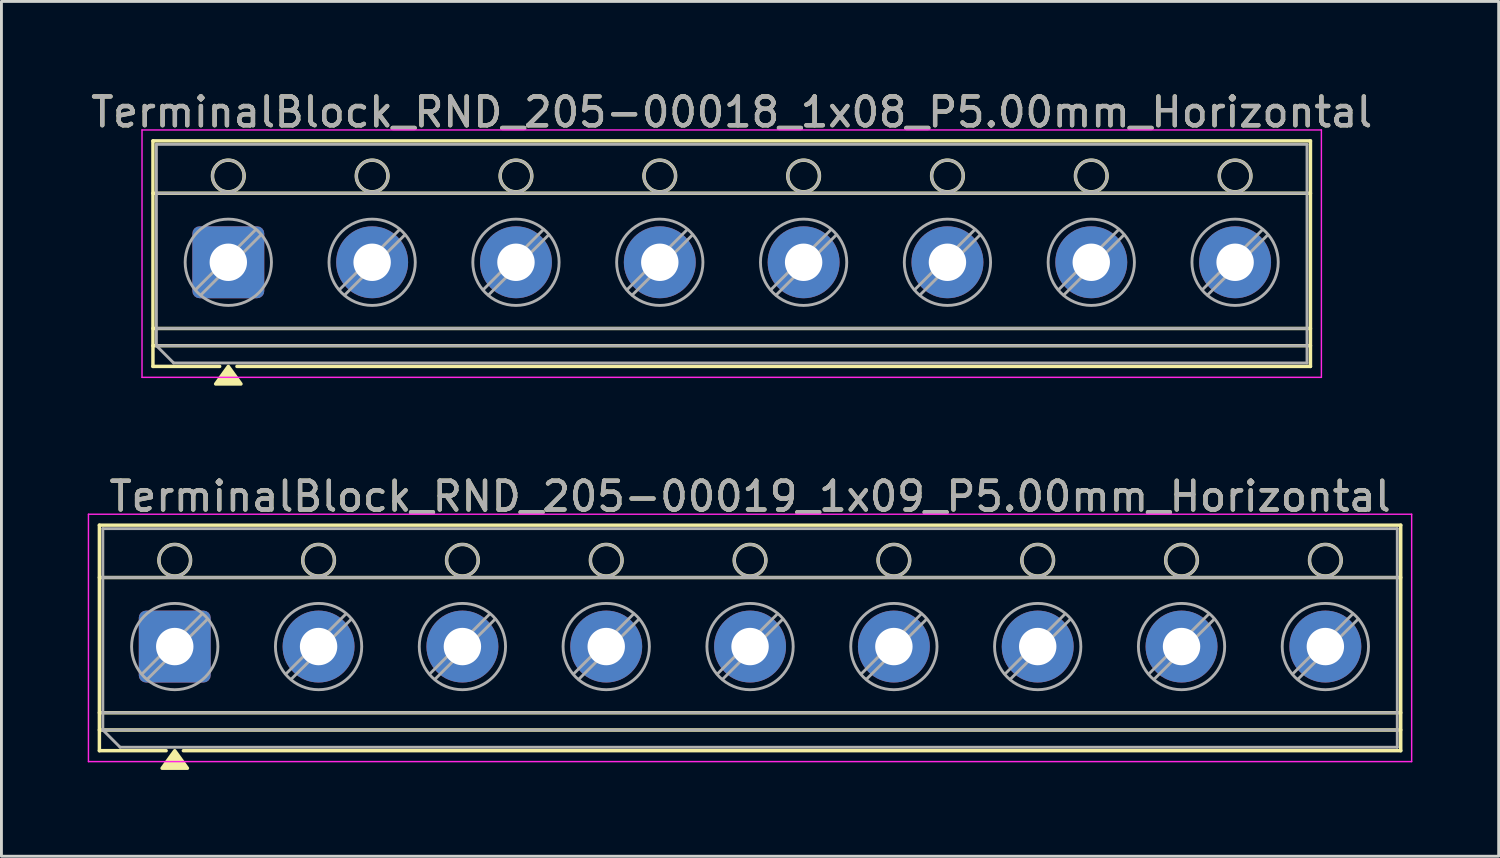
<source format=kicad_pcb>
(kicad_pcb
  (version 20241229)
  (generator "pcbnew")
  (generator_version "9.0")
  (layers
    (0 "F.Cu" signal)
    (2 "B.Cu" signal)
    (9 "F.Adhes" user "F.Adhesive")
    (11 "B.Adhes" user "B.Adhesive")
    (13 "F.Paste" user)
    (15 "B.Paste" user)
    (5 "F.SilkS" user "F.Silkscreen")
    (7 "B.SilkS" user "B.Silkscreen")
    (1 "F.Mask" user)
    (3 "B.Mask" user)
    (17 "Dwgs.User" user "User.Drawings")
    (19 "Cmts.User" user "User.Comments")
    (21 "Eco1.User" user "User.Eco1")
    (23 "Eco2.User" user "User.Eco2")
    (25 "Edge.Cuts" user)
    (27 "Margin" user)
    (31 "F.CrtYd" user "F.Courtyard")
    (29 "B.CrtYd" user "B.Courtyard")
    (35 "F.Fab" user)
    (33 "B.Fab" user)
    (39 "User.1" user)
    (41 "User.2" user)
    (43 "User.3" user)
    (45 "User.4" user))
  (footprint "TerminalBlock_RND_205-00019_1x09_P5.00mm_Horizontal"
    (layer "F.Cu")
    (at 3.025 19.427)
    (property "Reference" "TerminalBlock_RND_205-00019_1x09_P5.00mm_Horizontal" (at 20 -5.22 0) (layer "F.SilkS") (effects (font (size 1 1) (thickness 0.15))))
    (attr through_hole)
    (fp_line (start -2.62 -4.22) (end -2.62 3.62) (stroke (width 0.12) (type solid)) (layer "F.SilkS"))
    (fp_line (start -2.62 -4.22) (end 42.62 -4.22) (stroke (width 0.12) (type solid)) (layer "F.SilkS"))
    (fp_line (start -2.62 -2.4) (end 42.62 -2.4) (stroke (width 0.12) (type solid)) (layer "F.SilkS"))
    (fp_line (start -2.62 2.3) (end 42.62 2.3) (stroke (width 0.12) (type solid)) (layer "F.SilkS"))
    (fp_line (start -2.62 2.9) (end 42.62 2.9) (stroke (width 0.12) (type solid)) (layer "F.SilkS"))
    (fp_line (start -2.62 3.62) (end -0.3 3.62) (stroke (width 0.12) (type solid)) (layer "F.SilkS"))
    (fp_line (start 0.3 3.62) (end 42.62 3.62) (stroke (width 0.12) (type solid)) (layer "F.SilkS"))
    (fp_line (start 42.62 -4.22) (end 42.62 3.62) (stroke (width 0.12) (type solid)) (layer "F.SilkS"))
    (fp_circle (center 0 -3) (end 0.55 -3) (stroke (width 0.12) (type solid)) (fill no) (layer "F.SilkS"))
    (fp_circle (center 5 -3) (end 5.55 -3) (stroke (width 0.12) (type solid)) (fill no) (layer "F.SilkS"))
    (fp_circle (center 10 -3) (end 10.55 -3) (stroke (width 0.12) (type solid)) (fill no) (layer "F.SilkS"))
    (fp_circle (center 15 -3) (end 15.55 -3) (stroke (width 0.12) (type solid)) (fill no) (layer "F.SilkS"))
    (fp_circle (center 20 -3) (end 20.55 -3) (stroke (width 0.12) (type solid)) (fill no) (layer "F.SilkS"))
    (fp_circle (center 25 -3) (end 25.55 -3) (stroke (width 0.12) (type solid)) (fill no) (layer "F.SilkS"))
    (fp_circle (center 30 -3) (end 30.55 -3) (stroke (width 0.12) (type solid)) (fill no) (layer "F.SilkS"))
    (fp_circle (center 35 -3) (end 35.55 -3) (stroke (width 0.12) (type solid)) (fill no) (layer "F.SilkS"))
    (fp_circle (center 40 -3) (end 40.55 -3) (stroke (width 0.12) (type solid)) (fill no) (layer "F.SilkS"))
    (fp_poly (pts (xy 0 3.62) (xy 0.44 4.23) (xy -0.44 4.23)) (stroke (width 0.12) (type solid)) (fill yes) (layer "F.SilkS"))
    (fp_line (start -3 -4.6) (end -3 4) (stroke (width 0.05) (type solid)) (layer "F.CrtYd"))
    (fp_line (start -3 4) (end 43 4) (stroke (width 0.05) (type solid)) (layer "F.CrtYd"))
    (fp_line (start 43 -4.6) (end -3 -4.6) (stroke (width 0.05) (type solid)) (layer "F.CrtYd"))
    (fp_line (start 43 4) (end 43 -4.6) (stroke (width 0.05) (type solid)) (layer "F.CrtYd"))
    (fp_line (start -2.5 -4.1) (end 42.5 -4.1) (stroke (width 0.1) (type solid)) (layer "F.Fab"))
    (fp_line (start -2.5 -2.4) (end 42.5 -2.4) (stroke (width 0.1) (type solid)) (layer "F.Fab"))
    (fp_line (start -2.5 2.3) (end 42.5 2.3) (stroke (width 0.1) (type solid)) (layer "F.Fab"))
    (fp_line (start -2.5 2.9) (end -2.5 -4.1) (stroke (width 0.1) (type solid)) (layer "F.Fab"))
    (fp_line (start -2.5 2.9) (end 42.5 2.9) (stroke (width 0.1) (type solid)) (layer "F.Fab"))
    (fp_line (start -1.9 3.5) (end -2.5 2.9) (stroke (width 0.1) (type solid)) (layer "F.Fab"))
    (fp_line (start 0.955 -1.138) (end -1.138 0.954) (stroke (width 0.1) (type solid)) (layer "F.Fab"))
    (fp_line (start 1.138 -0.954) (end -0.955 1.137) (stroke (width 0.1) (type solid)) (layer "F.Fab"))
    (fp_line (start 5.955 -1.138) (end 3.862 0.954) (stroke (width 0.1) (type solid)) (layer "F.Fab"))
    (fp_line (start 6.138 -0.954) (end 4.045 1.137) (stroke (width 0.1) (type solid)) (layer "F.Fab"))
    (fp_line (start 10.955 -1.138) (end 8.862 0.954) (stroke (width 0.1) (type solid)) (layer "F.Fab"))
    (fp_line (start 11.138 -0.954) (end 9.045 1.137) (stroke (width 0.1) (type solid)) (layer "F.Fab"))
    (fp_line (start 15.955 -1.138) (end 13.862 0.954) (stroke (width 0.1) (type solid)) (layer "F.Fab"))
    (fp_line (start 16.138 -0.954) (end 14.045 1.137) (stroke (width 0.1) (type solid)) (layer "F.Fab"))
    (fp_line (start 20.955 -1.138) (end 18.862 0.954) (stroke (width 0.1) (type solid)) (layer "F.Fab"))
    (fp_line (start 21.138 -0.954) (end 19.045 1.137) (stroke (width 0.1) (type solid)) (layer "F.Fab"))
    (fp_line (start 25.955 -1.138) (end 23.862 0.954) (stroke (width 0.1) (type solid)) (layer "F.Fab"))
    (fp_line (start 26.138 -0.954) (end 24.045 1.137) (stroke (width 0.1) (type solid)) (layer "F.Fab"))
    (fp_line (start 30.955 -1.138) (end 28.862 0.954) (stroke (width 0.1) (type solid)) (layer "F.Fab"))
    (fp_line (start 31.138 -0.954) (end 29.045 1.137) (stroke (width 0.1) (type solid)) (layer "F.Fab"))
    (fp_line (start 35.955 -1.138) (end 33.862 0.954) (stroke (width 0.1) (type solid)) (layer "F.Fab"))
    (fp_line (start 36.138 -0.954) (end 34.045 1.137) (stroke (width 0.1) (type solid)) (layer "F.Fab"))
    (fp_line (start 40.955 -1.138) (end 38.862 0.954) (stroke (width 0.1) (type solid)) (layer "F.Fab"))
    (fp_line (start 41.138 -0.954) (end 39.045 1.137) (stroke (width 0.1) (type solid)) (layer "F.Fab"))
    (fp_line (start 42.5 -4.1) (end 42.5 3.5) (stroke (width 0.1) (type solid)) (layer "F.Fab"))
    (fp_line (start 42.5 3.5) (end -1.9 3.5) (stroke (width 0.1) (type solid)) (layer "F.Fab"))
    (fp_circle (center 0 -3) (end 0.55 -3) (stroke (width 0.1) (type solid)) (fill no) (layer "F.Fab"))
    (fp_circle (center 0 0) (end 1.5 0) (stroke (width 0.1) (type solid)) (fill no) (layer "F.Fab"))
    (fp_circle (center 5 -3) (end 5.55 -3) (stroke (width 0.1) (type solid)) (fill no) (layer "F.Fab"))
    (fp_circle (center 5 0) (end 6.5 0) (stroke (width 0.1) (type solid)) (fill no) (layer "F.Fab"))
    (fp_circle (center 10 -3) (end 10.55 -3) (stroke (width 0.1) (type solid)) (fill no) (layer "F.Fab"))
    (fp_circle (center 10 0) (end 11.5 0) (stroke (width 0.1) (type solid)) (fill no) (layer "F.Fab"))
    (fp_circle (center 15 -3) (end 15.55 -3) (stroke (width 0.1) (type solid)) (fill no) (layer "F.Fab"))
    (fp_circle (center 15 0) (end 16.5 0) (stroke (width 0.1) (type solid)) (fill no) (layer "F.Fab"))
    (fp_circle (center 20 -3) (end 20.55 -3) (stroke (width 0.1) (type solid)) (fill no) (layer "F.Fab"))
    (fp_circle (center 20 0) (end 21.5 0) (stroke (width 0.1) (type solid)) (fill no) (layer "F.Fab"))
    (fp_circle (center 25 -3) (end 25.55 -3) (stroke (width 0.1) (type solid)) (fill no) (layer "F.Fab"))
    (fp_circle (center 25 0) (end 26.5 0) (stroke (width 0.1) (type solid)) (fill no) (layer "F.Fab"))
    (fp_circle (center 30 -3) (end 30.55 -3) (stroke (width 0.1) (type solid)) (fill no) (layer "F.Fab"))
    (fp_circle (center 30 0) (end 31.5 0) (stroke (width 0.1) (type solid)) (fill no) (layer "F.Fab"))
    (fp_circle (center 35 -3) (end 35.55 -3) (stroke (width 0.1) (type solid)) (fill no) (layer "F.Fab"))
    (fp_circle (center 35 0) (end 36.5 0) (stroke (width 0.1) (type solid)) (fill no) (layer "F.Fab"))
    (fp_circle (center 40 -3) (end 40.55 -3) (stroke (width 0.1) (type solid)) (fill no) (layer "F.Fab"))
    (fp_circle (center 40 0) (end 41.5 0) (stroke (width 0.1) (type solid)) (fill no) (layer "F.Fab"))
    (fp_text user "${REFERENCE}" (at 20 -5.22 0) (layer "F.Fab") (effects (font (size 1 1) (thickness 0.15))))
    (pad "1" thru_hole roundrect (at 0 0) (size 2.5 2.5) (drill 1.3) (layers "*.Cu" "*.Mask") (roundrect_rratio 0.1))
    (pad "2" thru_hole circle (at 5 0) (size 2.5 2.5) (drill 1.3) (layers "*.Cu" "*.Mask"))
    (pad "3" thru_hole circle (at 10 0) (size 2.5 2.5) (drill 1.3) (layers "*.Cu" "*.Mask"))
    (pad "4" thru_hole circle (at 15 0) (size 2.5 2.5) (drill 1.3) (layers "*.Cu" "*.Mask"))
    (pad "5" thru_hole circle (at 20 0) (size 2.5 2.5) (drill 1.3) (layers "*.Cu" "*.Mask"))
    (pad "6" thru_hole circle (at 25 0) (size 2.5 2.5) (drill 1.3) (layers "*.Cu" "*.Mask"))
    (pad "7" thru_hole circle (at 30 0) (size 2.5 2.5) (drill 1.3) (layers "*.Cu" "*.Mask"))
    (pad "8" thru_hole circle (at 35 0) (size 2.5 2.5) (drill 1.3) (layers "*.Cu" "*.Mask"))
    (pad "9" thru_hole circle (at 40 0) (size 2.5 2.5) (drill 1.3) (layers "*.Cu" "*.Mask")))
  (footprint "TerminalBlock_RND_205-00018_1x08_P5.00mm_Horizontal"
    (layer "F.Cu")
    (at 4.887 6.068)
    (property "Reference" "TerminalBlock_RND_205-00018_1x08_P5.00mm_Horizontal" (at 17.5 -5.22 0) (layer "F.SilkS") (effects (font (size 1 1) (thickness 0.15))))
    (attr through_hole)
    (fp_line (start -2.62 -4.22) (end -2.62 3.62) (stroke (width 0.12) (type solid)) (layer "F.SilkS"))
    (fp_line (start -2.62 -4.22) (end 37.62 -4.22) (stroke (width 0.12) (type solid)) (layer "F.SilkS"))
    (fp_line (start -2.62 -2.4) (end 37.62 -2.4) (stroke (width 0.12) (type solid)) (layer "F.SilkS"))
    (fp_line (start -2.62 2.3) (end 37.62 2.3) (stroke (width 0.12) (type solid)) (layer "F.SilkS"))
    (fp_line (start -2.62 2.9) (end 37.62 2.9) (stroke (width 0.12) (type solid)) (layer "F.SilkS"))
    (fp_line (start -2.62 3.62) (end -0.3 3.62) (stroke (width 0.12) (type solid)) (layer "F.SilkS"))
    (fp_line (start 0.3 3.62) (end 37.62 3.62) (stroke (width 0.12) (type solid)) (layer "F.SilkS"))
    (fp_line (start 37.62 -4.22) (end 37.62 3.62) (stroke (width 0.12) (type solid)) (layer "F.SilkS"))
    (fp_circle (center 0 -3) (end 0.55 -3) (stroke (width 0.12) (type solid)) (fill no) (layer "F.SilkS"))
    (fp_circle (center 5 -3) (end 5.55 -3) (stroke (width 0.12) (type solid)) (fill no) (layer "F.SilkS"))
    (fp_circle (center 10 -3) (end 10.55 -3) (stroke (width 0.12) (type solid)) (fill no) (layer "F.SilkS"))
    (fp_circle (center 15 -3) (end 15.55 -3) (stroke (width 0.12) (type solid)) (fill no) (layer "F.SilkS"))
    (fp_circle (center 20 -3) (end 20.55 -3) (stroke (width 0.12) (type solid)) (fill no) (layer "F.SilkS"))
    (fp_circle (center 25 -3) (end 25.55 -3) (stroke (width 0.12) (type solid)) (fill no) (layer "F.SilkS"))
    (fp_circle (center 30 -3) (end 30.55 -3) (stroke (width 0.12) (type solid)) (fill no) (layer "F.SilkS"))
    (fp_circle (center 35 -3) (end 35.55 -3) (stroke (width 0.12) (type solid)) (fill no) (layer "F.SilkS"))
    (fp_poly (pts (xy 0 3.62) (xy 0.44 4.23) (xy -0.44 4.23)) (stroke (width 0.12) (type solid)) (fill yes) (layer "F.SilkS"))
    (fp_line (start -3 -4.6) (end -3 4) (stroke (width 0.05) (type solid)) (layer "F.CrtYd"))
    (fp_line (start -3 4) (end 38 4) (stroke (width 0.05) (type solid)) (layer "F.CrtYd"))
    (fp_line (start 38 -4.6) (end -3 -4.6) (stroke (width 0.05) (type solid)) (layer "F.CrtYd"))
    (fp_line (start 38 4) (end 38 -4.6) (stroke (width 0.05) (type solid)) (layer "F.CrtYd"))
    (fp_line (start -2.5 -4.1) (end 37.5 -4.1) (stroke (width 0.1) (type solid)) (layer "F.Fab"))
    (fp_line (start -2.5 -2.4) (end 37.5 -2.4) (stroke (width 0.1) (type solid)) (layer "F.Fab"))
    (fp_line (start -2.5 2.3) (end 37.5 2.3) (stroke (width 0.1) (type solid)) (layer "F.Fab"))
    (fp_line (start -2.5 2.9) (end -2.5 -4.1) (stroke (width 0.1) (type solid)) (layer "F.Fab"))
    (fp_line (start -2.5 2.9) (end 37.5 2.9) (stroke (width 0.1) (type solid)) (layer "F.Fab"))
    (fp_line (start -1.9 3.5) (end -2.5 2.9) (stroke (width 0.1) (type solid)) (layer "F.Fab"))
    (fp_line (start 0.955 -1.138) (end -1.138 0.954) (stroke (width 0.1) (type solid)) (layer "F.Fab"))
    (fp_line (start 1.138 -0.954) (end -0.955 1.137) (stroke (width 0.1) (type solid)) (layer "F.Fab"))
    (fp_line (start 5.955 -1.138) (end 3.862 0.954) (stroke (width 0.1) (type solid)) (layer "F.Fab"))
    (fp_line (start 6.138 -0.954) (end 4.045 1.137) (stroke (width 0.1) (type solid)) (layer "F.Fab"))
    (fp_line (start 10.955 -1.138) (end 8.862 0.954) (stroke (width 0.1) (type solid)) (layer "F.Fab"))
    (fp_line (start 11.138 -0.954) (end 9.045 1.137) (stroke (width 0.1) (type solid)) (layer "F.Fab"))
    (fp_line (start 15.955 -1.138) (end 13.862 0.954) (stroke (width 0.1) (type solid)) (layer "F.Fab"))
    (fp_line (start 16.138 -0.954) (end 14.045 1.137) (stroke (width 0.1) (type solid)) (layer "F.Fab"))
    (fp_line (start 20.955 -1.138) (end 18.862 0.954) (stroke (width 0.1) (type solid)) (layer "F.Fab"))
    (fp_line (start 21.138 -0.954) (end 19.045 1.137) (stroke (width 0.1) (type solid)) (layer "F.Fab"))
    (fp_line (start 25.955 -1.138) (end 23.862 0.954) (stroke (width 0.1) (type solid)) (layer "F.Fab"))
    (fp_line (start 26.138 -0.954) (end 24.045 1.137) (stroke (width 0.1) (type solid)) (layer "F.Fab"))
    (fp_line (start 30.955 -1.138) (end 28.862 0.954) (stroke (width 0.1) (type solid)) (layer "F.Fab"))
    (fp_line (start 31.138 -0.954) (end 29.045 1.137) (stroke (width 0.1) (type solid)) (layer "F.Fab"))
    (fp_line (start 35.955 -1.138) (end 33.862 0.954) (stroke (width 0.1) (type solid)) (layer "F.Fab"))
    (fp_line (start 36.138 -0.954) (end 34.045 1.137) (stroke (width 0.1) (type solid)) (layer "F.Fab"))
    (fp_line (start 37.5 -4.1) (end 37.5 3.5) (stroke (width 0.1) (type solid)) (layer "F.Fab"))
    (fp_line (start 37.5 3.5) (end -1.9 3.5) (stroke (width 0.1) (type solid)) (layer "F.Fab"))
    (fp_circle (center 0 -3) (end 0.55 -3) (stroke (width 0.1) (type solid)) (fill no) (layer "F.Fab"))
    (fp_circle (center 0 0) (end 1.5 0) (stroke (width 0.1) (type solid)) (fill no) (layer "F.Fab"))
    (fp_circle (center 5 -3) (end 5.55 -3) (stroke (width 0.1) (type solid)) (fill no) (layer "F.Fab"))
    (fp_circle (center 5 0) (end 6.5 0) (stroke (width 0.1) (type solid)) (fill no) (layer "F.Fab"))
    (fp_circle (center 10 -3) (end 10.55 -3) (stroke (width 0.1) (type solid)) (fill no) (layer "F.Fab"))
    (fp_circle (center 10 0) (end 11.5 0) (stroke (width 0.1) (type solid)) (fill no) (layer "F.Fab"))
    (fp_circle (center 15 -3) (end 15.55 -3) (stroke (width 0.1) (type solid)) (fill no) (layer "F.Fab"))
    (fp_circle (center 15 0) (end 16.5 0) (stroke (width 0.1) (type solid)) (fill no) (layer "F.Fab"))
    (fp_circle (center 20 -3) (end 20.55 -3) (stroke (width 0.1) (type solid)) (fill no) (layer "F.Fab"))
    (fp_circle (center 20 0) (end 21.5 0) (stroke (width 0.1) (type solid)) (fill no) (layer "F.Fab"))
    (fp_circle (center 25 -3) (end 25.55 -3) (stroke (width 0.1) (type solid)) (fill no) (layer "F.Fab"))
    (fp_circle (center 25 0) (end 26.5 0) (stroke (width 0.1) (type solid)) (fill no) (layer "F.Fab"))
    (fp_circle (center 30 -3) (end 30.55 -3) (stroke (width 0.1) (type solid)) (fill no) (layer "F.Fab"))
    (fp_circle (center 30 0) (end 31.5 0) (stroke (width 0.1) (type solid)) (fill no) (layer "F.Fab"))
    (fp_circle (center 35 -3) (end 35.55 -3) (stroke (width 0.1) (type solid)) (fill no) (layer "F.Fab"))
    (fp_circle (center 35 0) (end 36.5 0) (stroke (width 0.1) (type solid)) (fill no) (layer "F.Fab"))
    (fp_text user "${REFERENCE}" (at 17.5 -5.22 0) (layer "F.Fab") (effects (font (size 1 1) (thickness 0.15))))
    (pad "1" thru_hole roundrect (at 0 0) (size 2.5 2.5) (drill 1.3) (layers "*.Cu" "*.Mask") (roundrect_rratio 0.1))
    (pad "2" thru_hole circle (at 5 0) (size 2.5 2.5) (drill 1.3) (layers "*.Cu" "*.Mask"))
    (pad "3" thru_hole circle (at 10 0) (size 2.5 2.5) (drill 1.3) (layers "*.Cu" "*.Mask"))
    (pad "4" thru_hole circle (at 15 0) (size 2.5 2.5) (drill 1.3) (layers "*.Cu" "*.Mask"))
    (pad "5" thru_hole circle (at 20 0) (size 2.5 2.5) (drill 1.3) (layers "*.Cu" "*.Mask"))
    (pad "6" thru_hole circle (at 25 0) (size 2.5 2.5) (drill 1.3) (layers "*.Cu" "*.Mask"))
    (pad "7" thru_hole circle (at 30 0) (size 2.5 2.5) (drill 1.3) (layers "*.Cu" "*.Mask"))
    (pad "8" thru_hole circle (at 35 0) (size 2.5 2.5) (drill 1.3) (layers "*.Cu" "*.Mask")))
  (gr_rect
    (start -3 -3)
    (end 49.05 26.716)
    (stroke (width 0.1) (type default))
    (fill no)
    (layer "Edge.Cuts")))
</source>
